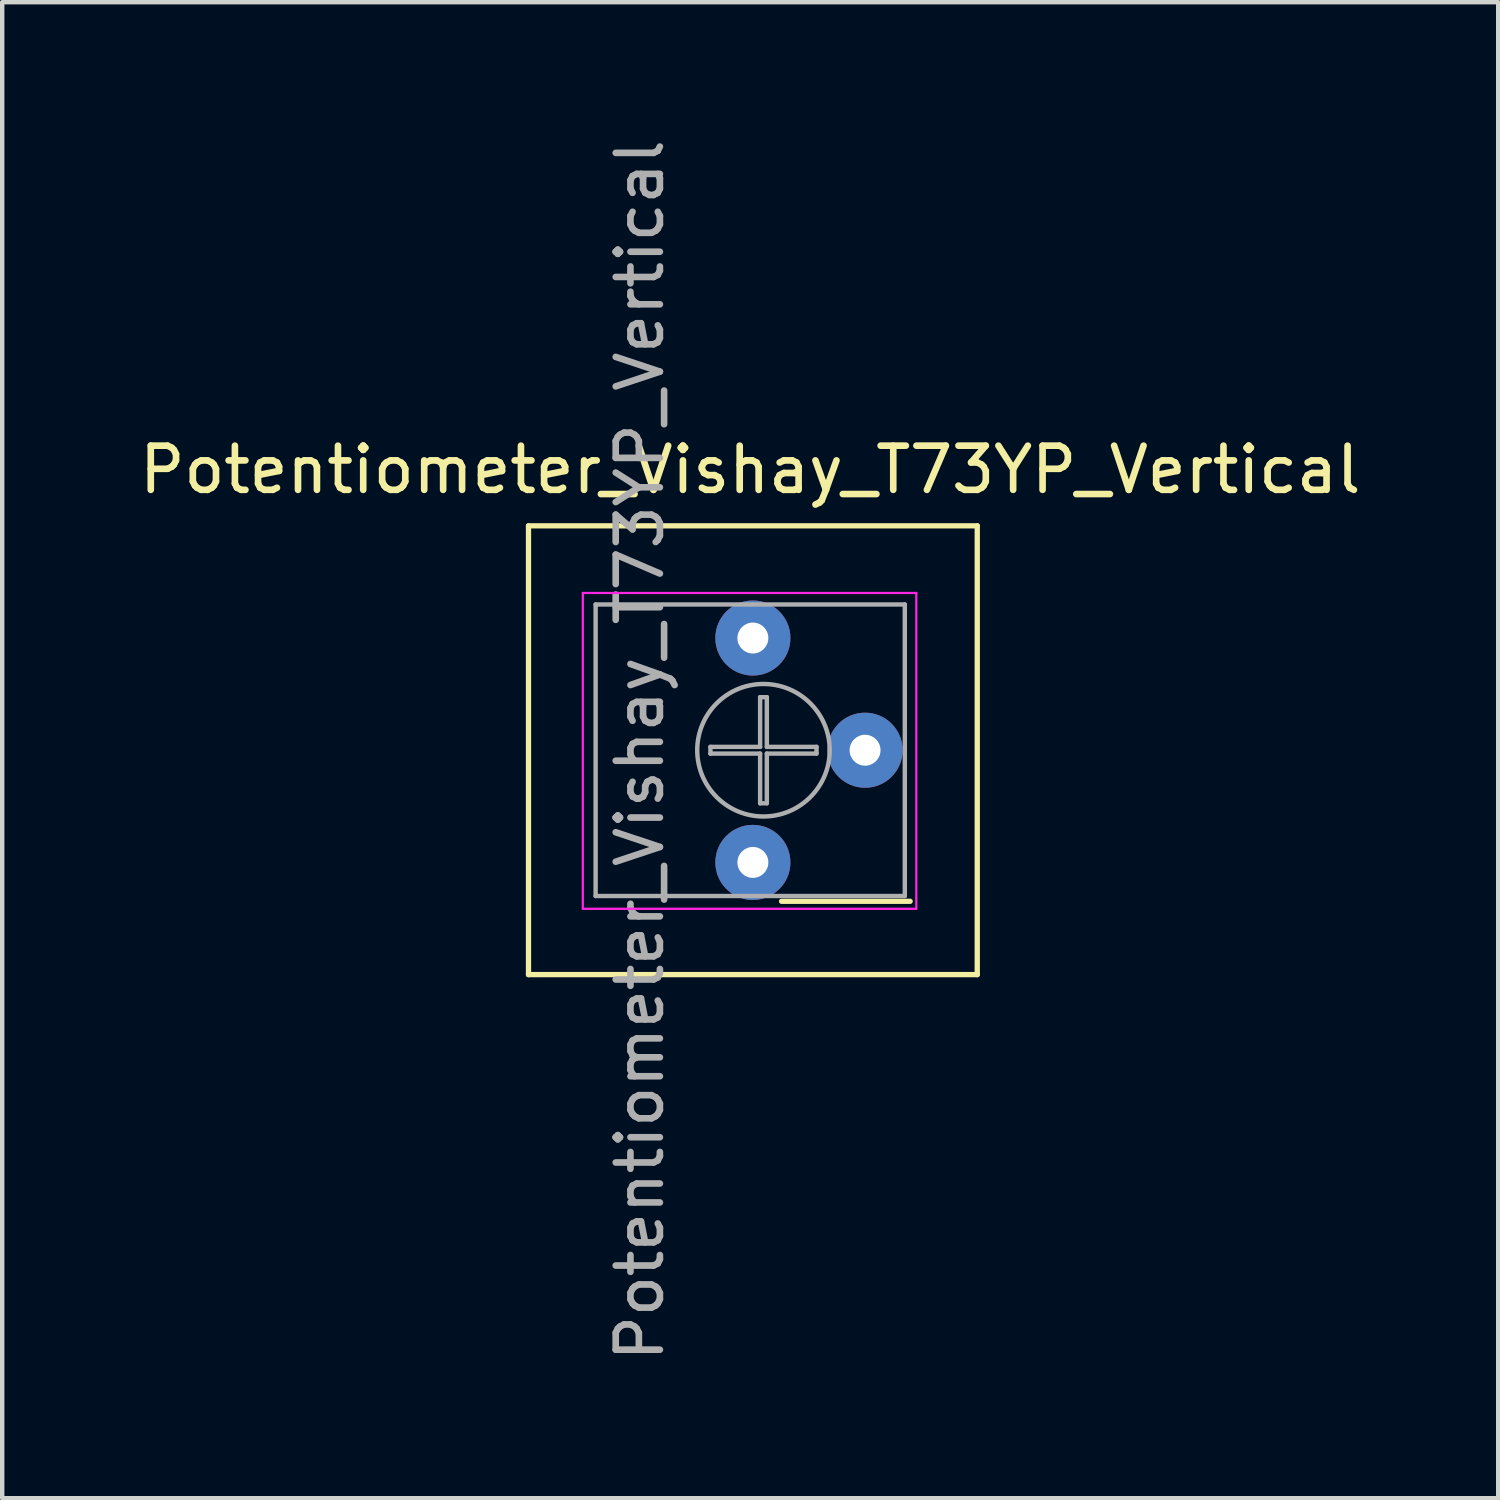
<source format=kicad_pcb>
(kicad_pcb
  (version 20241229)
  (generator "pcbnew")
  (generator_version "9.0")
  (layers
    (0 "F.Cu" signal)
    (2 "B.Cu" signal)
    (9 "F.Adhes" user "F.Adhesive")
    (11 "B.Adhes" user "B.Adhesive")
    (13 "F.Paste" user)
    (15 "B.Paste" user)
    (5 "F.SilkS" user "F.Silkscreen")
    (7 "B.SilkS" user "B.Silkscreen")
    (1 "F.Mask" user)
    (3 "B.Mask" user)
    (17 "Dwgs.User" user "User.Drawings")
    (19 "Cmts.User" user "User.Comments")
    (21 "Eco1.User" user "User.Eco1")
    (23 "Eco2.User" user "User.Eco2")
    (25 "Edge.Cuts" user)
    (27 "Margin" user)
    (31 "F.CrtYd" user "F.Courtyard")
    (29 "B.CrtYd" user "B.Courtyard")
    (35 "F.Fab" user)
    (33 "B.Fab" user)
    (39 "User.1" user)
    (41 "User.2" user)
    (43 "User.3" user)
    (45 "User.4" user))
  (footprint "Potentiometer_Vishay_T73YP_Vertical"
    (layer "F.Cu")
    (at 13.995 16.475)
    (property "Reference" "Potentiometer_Vishay_T73YP_Vertical" (at -0.06 -8.89 0) (layer "F.SilkS") (effects (font (size 1 1) (thickness 0.15))))
    (attr through_hole)
    (fp_line (start -5.08 -7.62) (end -5.08 2.54) (stroke (width 0.12) (type solid)) (layer "F.SilkS"))
    (fp_line (start -5.08 -7.62) (end 5.08 -7.62) (stroke (width 0.12) (type solid)) (layer "F.SilkS"))
    (fp_line (start -5.08 2.54) (end 5.08 2.54) (stroke (width 0.12) (type solid)) (layer "F.SilkS"))
    (fp_line (start 0.65 0.88) (end 3.56 0.88) (stroke (width 0.12) (type solid)) (layer "F.SilkS"))
    (fp_line (start 5.08 -7.62) (end 5.08 2.54) (stroke (width 0.12) (type solid)) (layer "F.SilkS"))
    (fp_line (start -3.85 -6.1) (end -3.85 1.05) (stroke (width 0.05) (type solid)) (layer "F.CrtYd"))
    (fp_line (start -3.85 1.05) (end 3.7 1.05) (stroke (width 0.05) (type solid)) (layer "F.CrtYd"))
    (fp_line (start 3.7 -6.1) (end -3.85 -6.1) (stroke (width 0.05) (type solid)) (layer "F.CrtYd"))
    (fp_line (start 3.7 1.05) (end 3.7 -6.1) (stroke (width 0.05) (type solid)) (layer "F.CrtYd"))
    (fp_line (start -3.56 -5.84) (end -3.56 0.76) (stroke (width 0.1) (type solid)) (layer "F.Fab"))
    (fp_line (start -3.56 0.76) (end 3.44 0.76) (stroke (width 0.1) (type solid)) (layer "F.Fab"))
    (fp_line (start -0.961 -2.616) (end 0.164 -2.616) (stroke (width 0.1) (type solid)) (layer "F.Fab"))
    (fp_line (start -0.961 -2.464) (end -0.961 -2.616) (stroke (width 0.1) (type solid)) (layer "F.Fab"))
    (fp_line (start 0.164 -3.741) (end 0.316 -3.741) (stroke (width 0.1) (type solid)) (layer "F.Fab"))
    (fp_line (start 0.164 -2.616) (end 0.164 -3.741) (stroke (width 0.1) (type solid)) (layer "F.Fab"))
    (fp_line (start 0.164 -2.464) (end -0.961 -2.464) (stroke (width 0.1) (type solid)) (layer "F.Fab"))
    (fp_line (start 0.164 -1.339) (end 0.164 -2.464) (stroke (width 0.1) (type solid)) (layer "F.Fab"))
    (fp_line (start 0.316 -3.741) (end 0.316 -2.616) (stroke (width 0.1) (type solid)) (layer "F.Fab"))
    (fp_line (start 0.316 -2.616) (end 1.441 -2.616) (stroke (width 0.1) (type solid)) (layer "F.Fab"))
    (fp_line (start 0.316 -2.464) (end 0.316 -1.339) (stroke (width 0.1) (type solid)) (layer "F.Fab"))
    (fp_line (start 0.316 -1.339) (end 0.164 -1.339) (stroke (width 0.1) (type solid)) (layer "F.Fab"))
    (fp_line (start 1.441 -2.616) (end 1.441 -2.464) (stroke (width 0.1) (type solid)) (layer "F.Fab"))
    (fp_line (start 1.441 -2.464) (end 0.316 -2.464) (stroke (width 0.1) (type solid)) (layer "F.Fab"))
    (fp_line (start 3.44 -5.84) (end -3.56 -5.84) (stroke (width 0.1) (type solid)) (layer "F.Fab"))
    (fp_line (start 3.44 0.76) (end 3.44 -5.84) (stroke (width 0.1) (type solid)) (layer "F.Fab"))
    (fp_circle (center 0.24 -2.54) (end 1.74 -2.54) (stroke (width 0.1) (type solid)) (fill no) (layer "F.Fab"))
    (fp_text user "${REFERENCE}" (at -2.56 -2.54 90) (layer "F.Fab") (effects (font (size 1 1) (thickness 0.15))))
    (pad "1" thru_hole circle (at 0 0) (size 1.7 1.7) (drill 0.7) (layers "*.Cu" "*.Mask"))
    (pad "2" thru_hole circle (at 2.54 -2.54) (size 1.7 1.7) (drill 0.7) (layers "*.Cu" "*.Mask"))
    (pad "3" thru_hole circle (at 0 -5.08) (size 1.7 1.7) (drill 0.7) (layers "*.Cu" "*.Mask")))
  (gr_rect
    (start -3 -3)
    (end 30.869 30.869)
    (stroke (width 0.1) (type default))
    (fill no)
    (layer "Edge.Cuts")))
</source>
